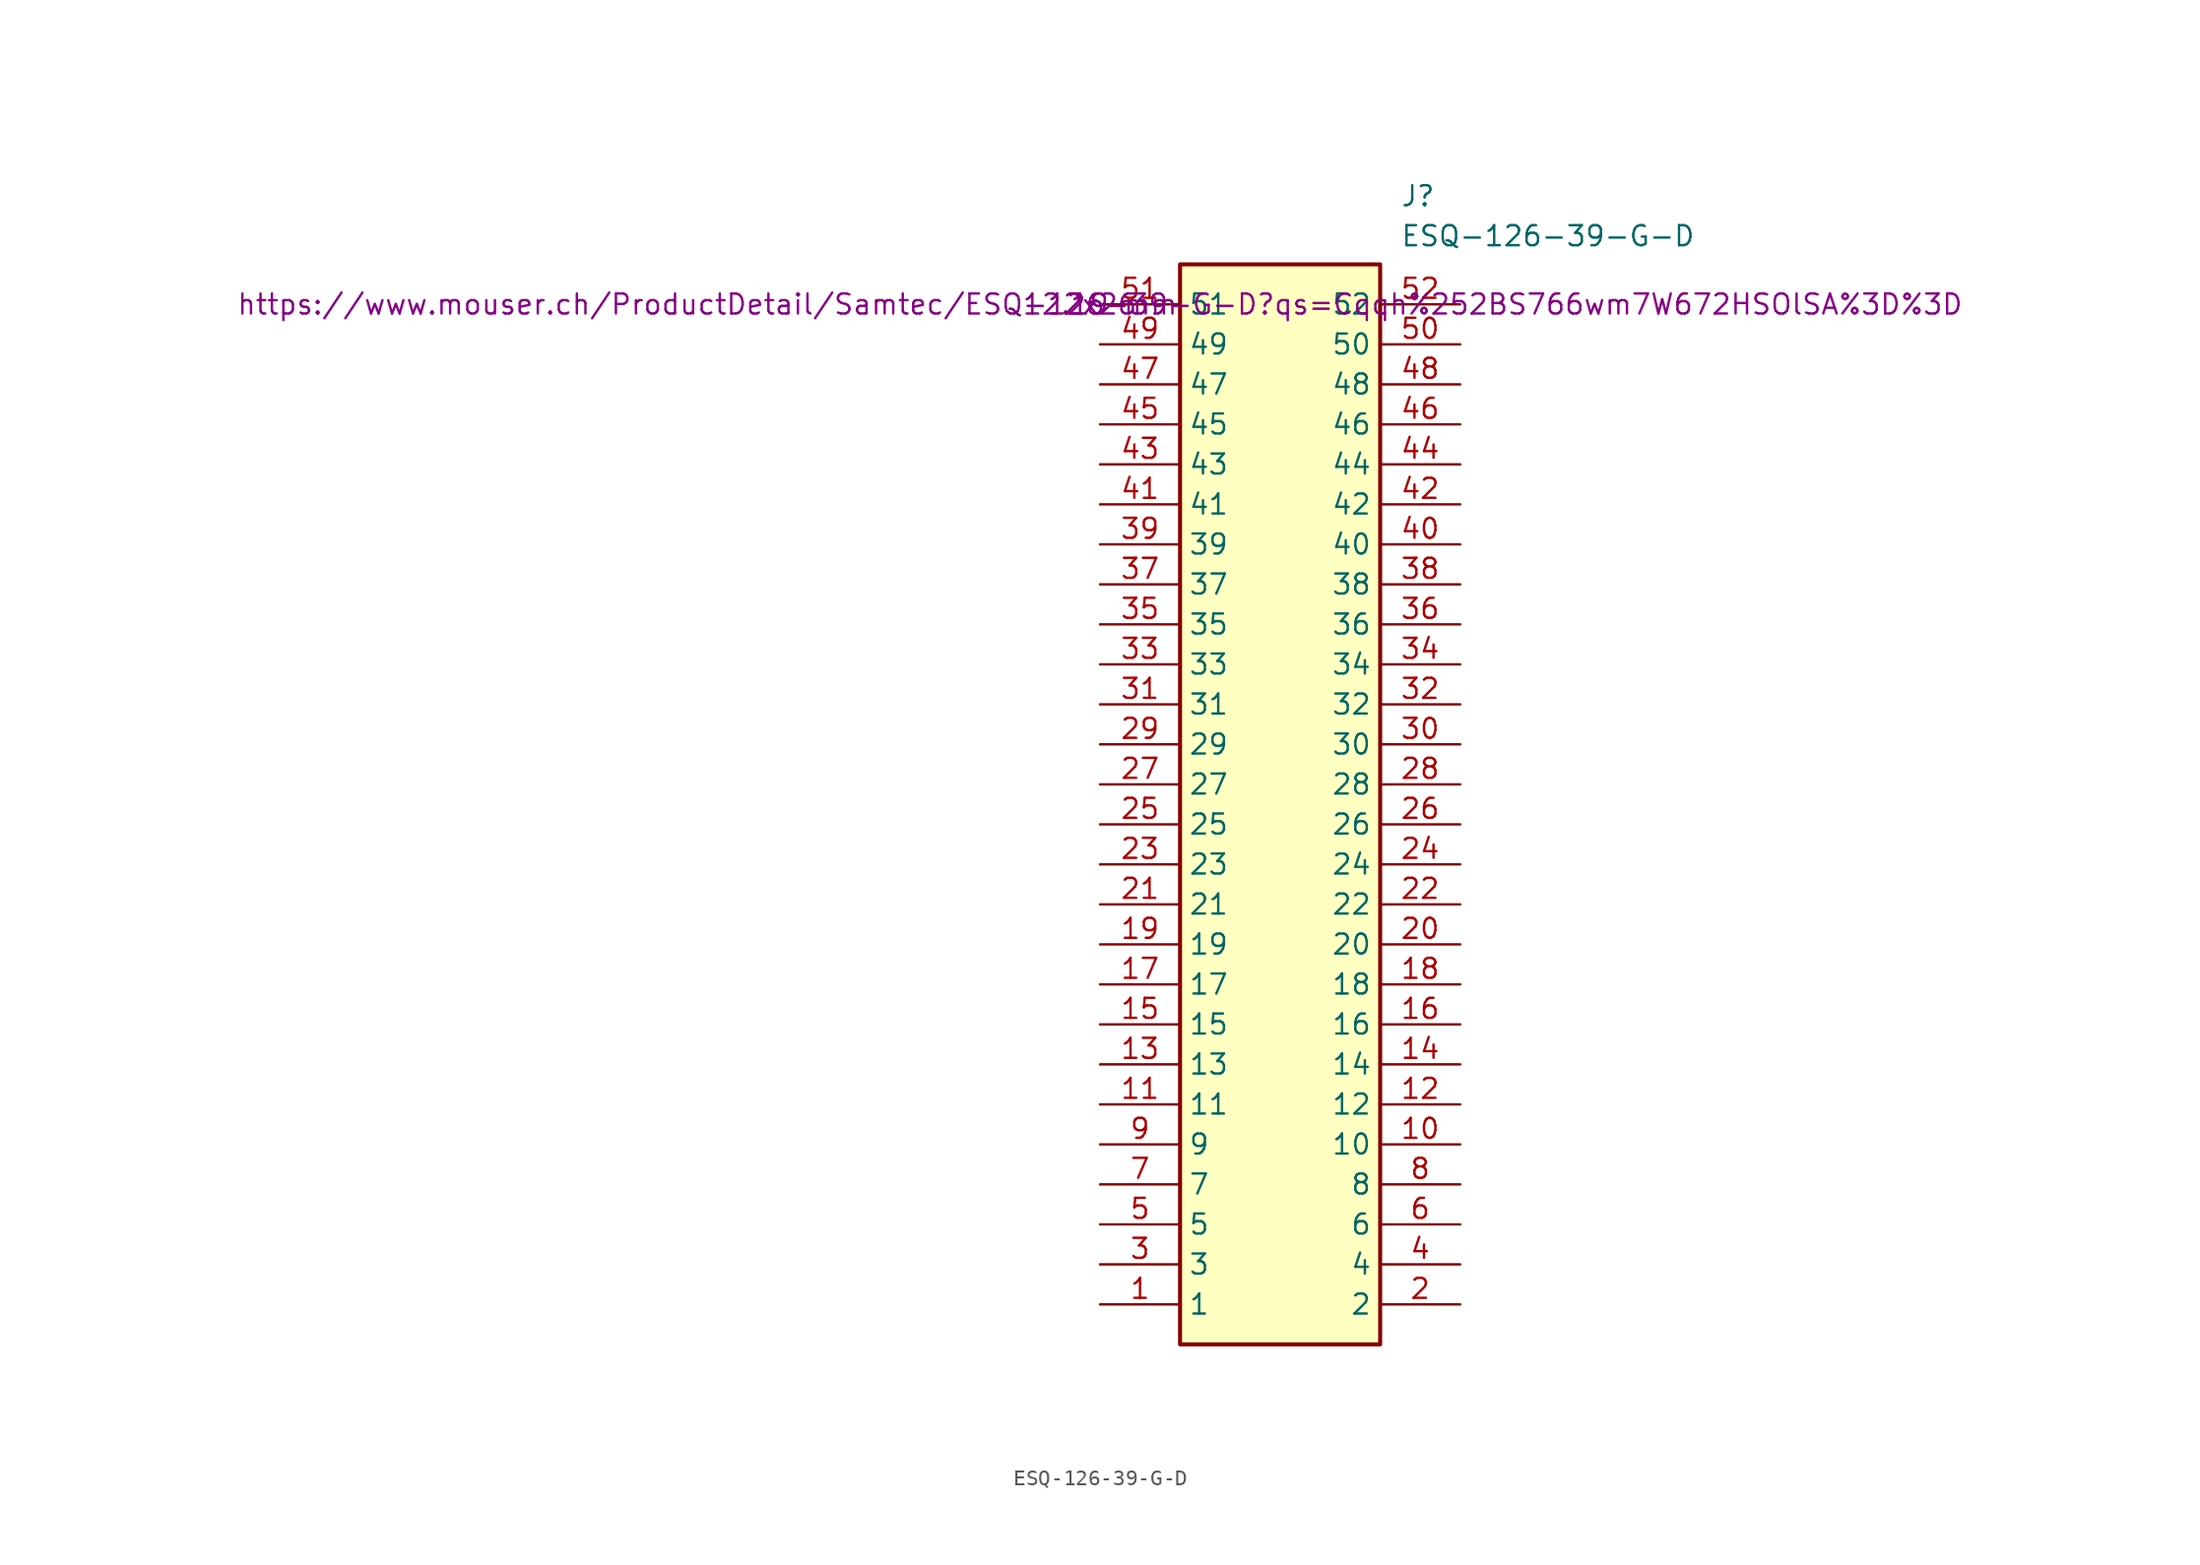
<source format=kicad_sym>
(kicad_symbol_lib
  (version 20241209)
  (generator "kicad_symbol_editor")
  (generator_version "9.0")
  (symbol "ESQ-126-39-G-D"
    (property "Reference" "J"
      (at 19.05 7.62 0)
      (effects (font (size 1.27 1.27)) (justify left top)))
    (property "Value" "ESQ-126-39-G-D"
      (at 19.05 5.08 0)
      (effects (font (size 1.27 1.27)) (justify left top)))
    (property "Mouser Link" "https://www.mouser.ch/ProductDetail/Samtec/ESQ-126-39-G-D?qs=Cqqh%252BS766wm7W672HSOlSA%3D%3D"
      (at 0 0 0)
      (effects (font (size 1.27 1.27))))
    (property "Pin length" "12.19 mm"
      (at 0 0 0)
      (effects (font (size 1.27 1.27))))
    (property "Number of Positions" "2x26"
      (at 0 0 0)
      (effects (font (size 1.27 1.27))))
    (symbol "ESQ-126-39-G-D_1_1"
      (rectangle (start 5.08 2.54) (end 17.78 -66.04) (stroke (width 0.254) (type default)) (fill (type background)))
      (pin passive line (at 0 0 0) (length 5.08) (name "51" (effects (font (size 1.27 1.27)))) (number "51" (effects (font (size 1.27 1.27)))))
      (pin passive line (at 0 -2.54 0) (length 5.08) (name "49" (effects (font (size 1.27 1.27)))) (number "49" (effects (font (size 1.27 1.27)))))
      (pin passive line (at 0 -5.08 0) (length 5.08) (name "47" (effects (font (size 1.27 1.27)))) (number "47" (effects (font (size 1.27 1.27)))))
      (pin passive line (at 0 -7.62 0) (length 5.08) (name "45" (effects (font (size 1.27 1.27)))) (number "45" (effects (font (size 1.27 1.27)))))
      (pin passive line (at 0 -10.16 0) (length 5.08) (name "43" (effects (font (size 1.27 1.27)))) (number "43" (effects (font (size 1.27 1.27)))))
      (pin passive line (at 0 -12.7 0) (length 5.08) (name "41" (effects (font (size 1.27 1.27)))) (number "41" (effects (font (size 1.27 1.27)))))
      (pin passive line (at 0 -15.24 0) (length 5.08) (name "39" (effects (font (size 1.27 1.27)))) (number "39" (effects (font (size 1.27 1.27)))))
      (pin passive line (at 0 -17.78 0) (length 5.08) (name "37" (effects (font (size 1.27 1.27)))) (number "37" (effects (font (size 1.27 1.27)))))
      (pin passive line (at 0 -20.32 0) (length 5.08) (name "35" (effects (font (size 1.27 1.27)))) (number "35" (effects (font (size 1.27 1.27)))))
      (pin passive line (at 0 -22.86 0) (length 5.08) (name "33" (effects (font (size 1.27 1.27)))) (number "33" (effects (font (size 1.27 1.27)))))
      (pin passive line (at 0 -25.4 0) (length 5.08) (name "31" (effects (font (size 1.27 1.27)))) (number "31" (effects (font (size 1.27 1.27)))))
      (pin passive line (at 0 -27.94 0) (length 5.08) (name "29" (effects (font (size 1.27 1.27)))) (number "29" (effects (font (size 1.27 1.27)))))
      (pin passive line (at 0 -30.48 0) (length 5.08) (name "27" (effects (font (size 1.27 1.27)))) (number "27" (effects (font (size 1.27 1.27)))))
      (pin passive line (at 0 -33.02 0) (length 5.08) (name "25" (effects (font (size 1.27 1.27)))) (number "25" (effects (font (size 1.27 1.27)))))
      (pin passive line (at 0 -35.56 0) (length 5.08) (name "23" (effects (font (size 1.27 1.27)))) (number "23" (effects (font (size 1.27 1.27)))))
      (pin passive line (at 0 -38.1 0) (length 5.08) (name "21" (effects (font (size 1.27 1.27)))) (number "21" (effects (font (size 1.27 1.27)))))
      (pin passive line (at 0 -40.64 0) (length 5.08) (name "19" (effects (font (size 1.27 1.27)))) (number "19" (effects (font (size 1.27 1.27)))))
      (pin passive line (at 0 -43.18 0) (length 5.08) (name "17" (effects (font (size 1.27 1.27)))) (number "17" (effects (font (size 1.27 1.27)))))
      (pin passive line (at 0 -45.72 0) (length 5.08) (name "15" (effects (font (size 1.27 1.27)))) (number "15" (effects (font (size 1.27 1.27)))))
      (pin passive line (at 0 -48.26 0) (length 5.08) (name "13" (effects (font (size 1.27 1.27)))) (number "13" (effects (font (size 1.27 1.27)))))
      (pin passive line (at 0 -50.8 0) (length 5.08) (name "11" (effects (font (size 1.27 1.27)))) (number "11" (effects (font (size 1.27 1.27)))))
      (pin passive line (at 0 -53.34 0) (length 5.08) (name "9" (effects (font (size 1.27 1.27)))) (number "9" (effects (font (size 1.27 1.27)))))
      (pin passive line (at 0 -55.88 0) (length 5.08) (name "7" (effects (font (size 1.27 1.27)))) (number "7" (effects (font (size 1.27 1.27)))))
      (pin passive line (at 0 -58.42 0) (length 5.08) (name "5" (effects (font (size 1.27 1.27)))) (number "5" (effects (font (size 1.27 1.27)))))
      (pin passive line (at 0 -60.96 0) (length 5.08) (name "3" (effects (font (size 1.27 1.27)))) (number "3" (effects (font (size 1.27 1.27)))))
      (pin passive line (at 0 -63.5 0) (length 5.08) (name "1" (effects (font (size 1.27 1.27)))) (number "1" (effects (font (size 1.27 1.27)))))
      (pin passive line (at 22.86 0 180) (length 5.08) (name "52" (effects (font (size 1.27 1.27)))) (number "52" (effects (font (size 1.27 1.27)))))
      (pin passive line (at 22.86 -2.54 180) (length 5.08) (name "50" (effects (font (size 1.27 1.27)))) (number "50" (effects (font (size 1.27 1.27)))))
      (pin passive line (at 22.86 -5.08 180) (length 5.08) (name "48" (effects (font (size 1.27 1.27)))) (number "48" (effects (font (size 1.27 1.27)))))
      (pin passive line (at 22.86 -7.62 180) (length 5.08) (name "46" (effects (font (size 1.27 1.27)))) (number "46" (effects (font (size 1.27 1.27)))))
      (pin passive line (at 22.86 -10.16 180) (length 5.08) (name "44" (effects (font (size 1.27 1.27)))) (number "44" (effects (font (size 1.27 1.27)))))
      (pin passive line (at 22.86 -12.7 180) (length 5.08) (name "42" (effects (font (size 1.27 1.27)))) (number "42" (effects (font (size 1.27 1.27)))))
      (pin passive line (at 22.86 -15.24 180) (length 5.08) (name "40" (effects (font (size 1.27 1.27)))) (number "40" (effects (font (size 1.27 1.27)))))
      (pin passive line (at 22.86 -17.78 180) (length 5.08) (name "38" (effects (font (size 1.27 1.27)))) (number "38" (effects (font (size 1.27 1.27)))))
      (pin passive line (at 22.86 -20.32 180) (length 5.08) (name "36" (effects (font (size 1.27 1.27)))) (number "36" (effects (font (size 1.27 1.27)))))
      (pin passive line (at 22.86 -22.86 180) (length 5.08) (name "34" (effects (font (size 1.27 1.27)))) (number "34" (effects (font (size 1.27 1.27)))))
      (pin passive line (at 22.86 -25.4 180) (length 5.08) (name "32" (effects (font (size 1.27 1.27)))) (number "32" (effects (font (size 1.27 1.27)))))
      (pin passive line (at 22.86 -27.94 180) (length 5.08) (name "30" (effects (font (size 1.27 1.27)))) (number "30" (effects (font (size 1.27 1.27)))))
      (pin passive line (at 22.86 -30.48 180) (length 5.08) (name "28" (effects (font (size 1.27 1.27)))) (number "28" (effects (font (size 1.27 1.27)))))
      (pin passive line (at 22.86 -33.02 180) (length 5.08) (name "26" (effects (font (size 1.27 1.27)))) (number "26" (effects (font (size 1.27 1.27)))))
      (pin passive line (at 22.86 -35.56 180) (length 5.08) (name "24" (effects (font (size 1.27 1.27)))) (number "24" (effects (font (size 1.27 1.27)))))
      (pin passive line (at 22.86 -38.1 180) (length 5.08) (name "22" (effects (font (size 1.27 1.27)))) (number "22" (effects (font (size 1.27 1.27)))))
      (pin passive line (at 22.86 -40.64 180) (length 5.08) (name "20" (effects (font (size 1.27 1.27)))) (number "20" (effects (font (size 1.27 1.27)))))
      (pin passive line (at 22.86 -43.18 180) (length 5.08) (name "18" (effects (font (size 1.27 1.27)))) (number "18" (effects (font (size 1.27 1.27)))))
      (pin passive line (at 22.86 -45.72 180) (length 5.08) (name "16" (effects (font (size 1.27 1.27)))) (number "16" (effects (font (size 1.27 1.27)))))
      (pin passive line (at 22.86 -48.26 180) (length 5.08) (name "14" (effects (font (size 1.27 1.27)))) (number "14" (effects (font (size 1.27 1.27)))))
      (pin passive line (at 22.86 -50.8 180) (length 5.08) (name "12" (effects (font (size 1.27 1.27)))) (number "12" (effects (font (size 1.27 1.27)))))
      (pin passive line (at 22.86 -53.34 180) (length 5.08) (name "10" (effects (font (size 1.27 1.27)))) (number "10" (effects (font (size 1.27 1.27)))))
      (pin passive line (at 22.86 -55.88 180) (length 5.08) (name "8" (effects (font (size 1.27 1.27)))) (number "8" (effects (font (size 1.27 1.27)))))
      (pin passive line (at 22.86 -58.42 180) (length 5.08) (name "6" (effects (font (size 1.27 1.27)))) (number "6" (effects (font (size 1.27 1.27)))))
      (pin passive line (at 22.86 -60.96 180) (length 5.08) (name "4" (effects (font (size 1.27 1.27)))) (number "4" (effects (font (size 1.27 1.27)))))
      (pin passive line (at 22.86 -63.5 180) (length 5.08) (name "2" (effects (font (size 1.27 1.27)))) (number "2" (effects (font (size 1.27 1.27))))))))
</source>
